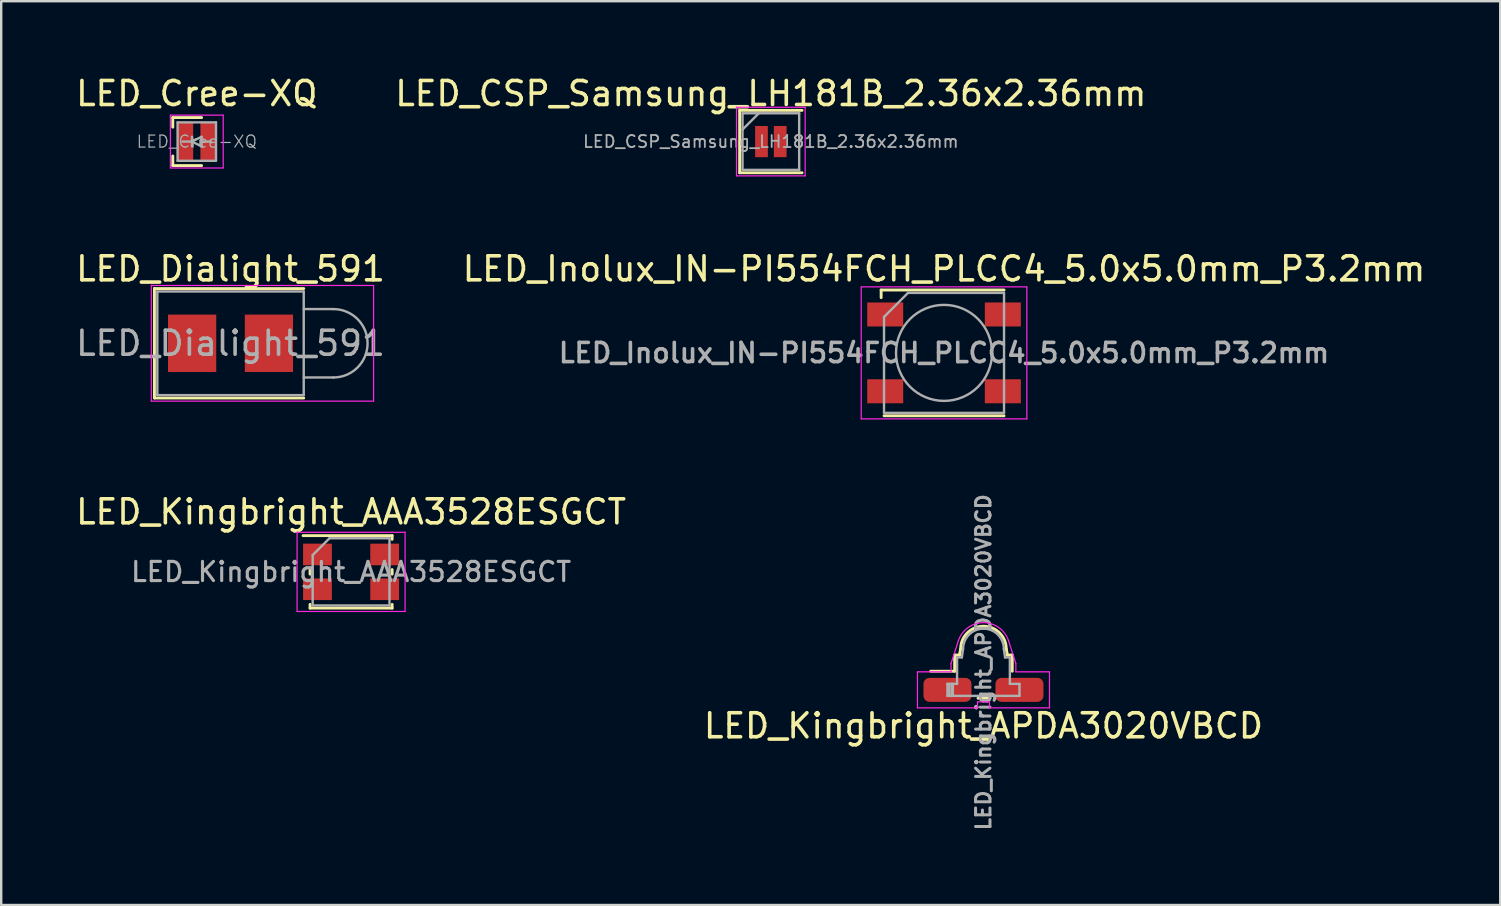
<source format=kicad_pcb>
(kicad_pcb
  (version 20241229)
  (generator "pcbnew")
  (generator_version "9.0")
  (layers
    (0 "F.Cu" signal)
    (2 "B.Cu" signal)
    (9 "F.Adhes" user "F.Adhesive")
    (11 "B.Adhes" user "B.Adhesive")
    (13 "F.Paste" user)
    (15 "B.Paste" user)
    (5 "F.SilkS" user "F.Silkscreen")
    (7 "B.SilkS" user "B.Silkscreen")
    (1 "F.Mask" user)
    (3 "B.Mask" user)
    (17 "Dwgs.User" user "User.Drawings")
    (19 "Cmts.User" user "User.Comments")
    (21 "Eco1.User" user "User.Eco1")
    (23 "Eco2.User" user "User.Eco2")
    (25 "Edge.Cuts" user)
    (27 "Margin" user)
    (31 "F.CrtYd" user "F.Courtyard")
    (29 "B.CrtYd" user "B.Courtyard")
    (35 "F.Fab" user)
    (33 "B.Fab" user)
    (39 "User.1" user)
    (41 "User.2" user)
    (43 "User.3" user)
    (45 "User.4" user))
  (footprint "LED_Kingbright_AAA3528ESGCT"
    (layer "F.Cu")
    (at 11.577 20.775)
    (property "Reference" "LED_Kingbright_AAA3528ESGCT" (at 0 -2.5 0) (layer "F.SilkS") (effects (font (size 1 1) (thickness 0.15))))
    (attr smd)
    (fp_line (start -2 -1.51) (end 1.71 -1.51) (stroke (width 0.12) (type solid)) (layer "F.SilkS"))
    (fp_line (start -1.71 -0.095) (end -1.71 0.095) (stroke (width 0.12) (type solid)) (layer "F.SilkS"))
    (fp_line (start -1.71 1.355) (end -1.71 1.51) (stroke (width 0.12) (type solid)) (layer "F.SilkS"))
    (fp_line (start -1.71 1.51) (end 1.71 1.51) (stroke (width 0.12) (type solid)) (layer "F.SilkS"))
    (fp_line (start 1.71 -1.355) (end 1.71 -1.51) (stroke (width 0.12) (type solid)) (layer "F.SilkS"))
    (fp_line (start 1.71 -0.095) (end 1.71 0.095) (stroke (width 0.12) (type solid)) (layer "F.SilkS"))
    (fp_line (start 1.71 1.355) (end 1.71 1.51) (stroke (width 0.12) (type solid)) (layer "F.SilkS"))
    (fp_line (start -2.25 -1.65) (end -2.25 1.65) (stroke (width 0.05) (type solid)) (layer "F.CrtYd"))
    (fp_line (start -2.25 -1.65) (end 2.25 -1.65) (stroke (width 0.05) (type solid)) (layer "F.CrtYd"))
    (fp_line (start -2.25 1.65) (end 2.25 1.65) (stroke (width 0.05) (type solid)) (layer "F.CrtYd"))
    (fp_line (start 2.25 -1.65) (end 2.25 1.65) (stroke (width 0.05) (type solid)) (layer "F.CrtYd"))
    (fp_line (start -1.6 1.4) (end -1.6 -0.7) (stroke (width 0.1) (type solid)) (layer "F.Fab"))
    (fp_line (start -0.9 -1.4) (end -1.6 -0.7) (stroke (width 0.1) (type solid)) (layer "F.Fab"))
    (fp_line (start -0.9 -1.4) (end 1.6 -1.4) (stroke (width 0.1) (type solid)) (layer "F.Fab"))
    (fp_line (start 1.6 -1.4) (end 1.6 1.4) (stroke (width 0.1) (type solid)) (layer "F.Fab"))
    (fp_line (start 1.6 1.4) (end -1.6 1.4) (stroke (width 0.1) (type solid)) (layer "F.Fab"))
    (fp_text user "${REFERENCE}" (at 0 0 0) (layer "F.Fab") (effects (font (size 0.8 0.8) (thickness 0.13))))
    (pad "1" smd rect (at -1.4 -0.725) (size 1.2 0.9) (layers "F.Cu" "F.Mask" "F.Paste"))
    (pad "2" smd rect (at 1.4 -0.725) (size 1.2 0.9) (layers "F.Cu" "F.Mask" "F.Paste"))
    (pad "3" smd rect (at 1.4 0.725) (size 1.2 0.9) (layers "F.Cu" "F.Mask" "F.Paste"))
    (pad "4" smd rect (at -1.4 0.725) (size 1.2 0.9) (layers "F.Cu" "F.Mask" "F.Paste")))
  (footprint "LED_CSP_Samsung_LH181B_2.36x2.36mm"
    (layer "F.Cu")
    (at 29.065 2.848)
    (property "Reference" "LED_CSP_Samsung_LH181B_2.36x2.36mm" (at 0 -2 0) (layer "F.SilkS") (effects (font (size 1 1) (thickness 0.15))))
    (attr smd)
    (fp_line (start -1.3 -1.3) (end 1.3 -1.3) (stroke (width 0.12) (type solid)) (layer "F.SilkS"))
    (fp_line (start -1.3 1.3) (end -1.3 -1.3) (stroke (width 0.12) (type solid)) (layer "F.SilkS"))
    (fp_line (start 1.3 1.3) (end -1.3 1.3) (stroke (width 0.12) (type solid)) (layer "F.SilkS"))
    (fp_line (start -1.43 -1.43) (end 1.43 -1.43) (stroke (width 0.05) (type solid)) (layer "F.CrtYd"))
    (fp_line (start -1.43 1.43) (end -1.43 -1.43) (stroke (width 0.05) (type solid)) (layer "F.CrtYd"))
    (fp_line (start 1.43 -1.43) (end 1.43 1.43) (stroke (width 0.05) (type solid)) (layer "F.CrtYd"))
    (fp_line (start 1.43 1.43) (end -1.43 1.43) (stroke (width 0.05) (type solid)) (layer "F.CrtYd"))
    (fp_line (start -1.18 -1.18) (end 1.18 -1.18) (stroke (width 0.1) (type solid)) (layer "F.Fab"))
    (fp_line (start -1.18 -0.5) (end -0.5 -1.18) (stroke (width 0.1) (type solid)) (layer "F.Fab"))
    (fp_line (start -1.18 1.18) (end -1.18 -1.18) (stroke (width 0.1) (type solid)) (layer "F.Fab"))
    (fp_line (start 1.18 -1.18) (end 1.18 1.18) (stroke (width 0.1) (type solid)) (layer "F.Fab"))
    (fp_line (start 1.18 1.18) (end -1.18 1.18) (stroke (width 0.1) (type solid)) (layer "F.Fab"))
    (fp_text user "${REFERENCE}" (at 0 0 0) (layer "F.Fab") (effects (font (size 0.5 0.5) (thickness 0.075))))
    (pad "1" smd rect (at -0.39 0 90) (size 1.3 0.53) (layers "F.Cu" "F.Mask" "F.Paste"))
    (pad "2" smd rect (at 0.39 0 90) (size 1.3 0.53) (layers "F.Cu" "F.Mask" "F.Paste")))
  (footprint "LED_Inolux_IN-PI554FCH_PLCC4_5.0x5.0mm_P3.2mm"
    (layer "F.Cu")
    (at 36.28 11.652)
    (property "Reference" "LED_Inolux_IN-PI554FCH_PLCC4_5.0x5.0mm_P3.2mm" (at 0 -3.5 0) (layer "F.SilkS") (effects (font (size 1 1) (thickness 0.15))))
    (attr smd)
    (fp_line (start -2.62 -2.62) (end 2.5 -2.62) (stroke (width 0.12) (type solid)) (layer "F.SilkS"))
    (fp_line (start -2.62 -2.3) (end -2.62 -2.62) (stroke (width 0.12) (type solid)) (layer "F.SilkS"))
    (fp_line (start -2.5 2.62) (end 2.5 2.62) (stroke (width 0.12) (type solid)) (layer "F.SilkS"))
    (fp_line (start -3.45 -2.75) (end -3.45 2.75) (stroke (width 0.05) (type solid)) (layer "F.CrtYd"))
    (fp_line (start -3.45 2.75) (end 3.45 2.75) (stroke (width 0.05) (type solid)) (layer "F.CrtYd"))
    (fp_line (start 3.45 -2.75) (end -3.45 -2.75) (stroke (width 0.05) (type solid)) (layer "F.CrtYd"))
    (fp_line (start 3.45 2.75) (end 3.45 -2.75) (stroke (width 0.05) (type solid)) (layer "F.CrtYd"))
    (fp_line (start -2.5 -1.5) (end -2.5 2.5) (stroke (width 0.1) (type solid)) (layer "F.Fab"))
    (fp_line (start -2.5 2.5) (end 2.5 2.5) (stroke (width 0.1) (type solid)) (layer "F.Fab"))
    (fp_line (start -1.5 -2.5) (end -2.5 -1.5) (stroke (width 0.1) (type solid)) (layer "F.Fab"))
    (fp_line (start 2.5 -2.5) (end -1.5 -2.5) (stroke (width 0.1) (type solid)) (layer "F.Fab"))
    (fp_line (start 2.5 2.5) (end 2.5 -2.5) (stroke (width 0.1) (type solid)) (layer "F.Fab"))
    (fp_circle (center 0 0) (end 0 -2) (stroke (width 0.1) (type solid)) (fill no) (layer "F.Fab"))
    (fp_text user "${REFERENCE}" (at 0 0 0) (layer "F.Fab") (effects (font (size 0.8 0.8) (thickness 0.15))))
    (pad "1" smd rect (at -2.45 -1.6) (size 1.5 1) (layers "F.Cu" "F.Mask" "F.Paste"))
    (pad "2" smd rect (at -2.45 1.6) (size 1.5 1) (layers "F.Cu" "F.Mask" "F.Paste"))
    (pad "3" smd rect (at 2.45 1.6) (size 1.5 1) (layers "F.Cu" "F.Mask" "F.Paste"))
    (pad "4" smd rect (at 2.45 -1.6) (size 1.5 1) (layers "F.Cu" "F.Mask" "F.Paste")))
  (footprint "LED_Kingbright_APDA3020VBCD"
    (layer "F.Cu")
    (at 37.923 25.69)
    (property "Reference" "LED_Kingbright_APDA3020VBCD" (at 0 1.5 0) (unlocked yes) (layer "F.SilkS") (effects (font (size 1 1) (thickness 0.15))))
    (attr smd)
    (fp_line (start -1.2 -0.775) (end -2.2 -0.775) (stroke (width 0.12) (type solid)) (layer "F.SilkS"))
    (fp_line (start -1.2 -0.775) (end -1.2 -1.45) (stroke (width 0.12) (type solid)) (layer "F.SilkS"))
    (fp_line (start -1 -1.45) (end -1.2 -1.45) (stroke (width 0.12) (type solid)) (layer "F.SilkS"))
    (fp_line (start -1 -1.45) (end -0.95 -1.7) (stroke (width 0.12) (type solid)) (layer "F.SilkS"))
    (fp_line (start -0.225 0.35) (end 0.225 0.35) (stroke (width 0.12) (type solid)) (layer "F.SilkS"))
    (fp_line (start 0.95 -1.7) (end 1 -1.45) (stroke (width 0.12) (type solid)) (layer "F.SilkS"))
    (fp_line (start 1.2 -1.45) (end 1 -1.45) (stroke (width 0.12) (type solid)) (layer "F.SilkS"))
    (fp_line (start 1.2 -0.775) (end 1.2 -1.45) (stroke (width 0.12) (type solid)) (layer "F.SilkS"))
    (fp_arc (start -0.95 -1.7) (mid 0 -2.65) (end 0.95 -1.7) (stroke (width 0.12) (type solid)) (layer "F.SilkS"))
    (fp_line (start -2.75 -0.75) (end -2.75 0.75) (stroke (width 0.05) (type solid)) (layer "F.CrtYd"))
    (fp_line (start -2.75 0.75) (end -0.25 0.75) (stroke (width 0.05) (type solid)) (layer "F.CrtYd"))
    (fp_line (start -1.35 -1.1) (end -1.05 -2.03) (stroke (width 0.05) (type solid)) (layer "F.CrtYd"))
    (fp_line (start -1.35 -0.75) (end -2.75 -0.75) (stroke (width 0.05) (type solid)) (layer "F.CrtYd"))
    (fp_line (start -1.35 -0.75) (end -1.35 -1.1) (stroke (width 0.05) (type solid)) (layer "F.CrtYd"))
    (fp_line (start -0.25 0.5) (end 0.25 0.5) (stroke (width 0.05) (type solid)) (layer "F.CrtYd"))
    (fp_line (start -0.25 0.75) (end -0.25 0.5) (stroke (width 0.05) (type solid)) (layer "F.CrtYd"))
    (fp_line (start 0.25 0.75) (end 0.25 0.5) (stroke (width 0.05) (type solid)) (layer "F.CrtYd"))
    (fp_line (start 1.35 -1.1) (end 1.05 -2.03) (stroke (width 0.05) (type solid)) (layer "F.CrtYd"))
    (fp_line (start 1.35 -0.75) (end 1.35 -1.1) (stroke (width 0.05) (type solid)) (layer "F.CrtYd"))
    (fp_line (start 1.35 -0.75) (end 2.75 -0.75) (stroke (width 0.05) (type solid)) (layer "F.CrtYd"))
    (fp_line (start 2.75 -0.75) (end 2.75 0.75) (stroke (width 0.05) (type solid)) (layer "F.CrtYd"))
    (fp_line (start 2.75 0.75) (end 0.25 0.75) (stroke (width 0.05) (type solid)) (layer "F.CrtYd"))
    (fp_arc (start -1.05 -2.03) (mid 0 -2.8) (end 1.05 -2.03) (stroke (width 0.05) (type solid)) (layer "F.CrtYd"))
    (fp_line (start -1.5 -0.25) (end -1.1 -0.25) (stroke (width 0.1) (type solid)) (layer "F.Fab"))
    (fp_line (start -1.5 0.25) (end -1.5 -0.25) (stroke (width 0.1) (type solid)) (layer "F.Fab"))
    (fp_line (start -1.425 -0.25) (end -1.425 0.25) (stroke (width 0.1) (type solid)) (layer "F.Fab"))
    (fp_line (start -1.325 -0.25) (end -1.325 0.25) (stroke (width 0.1) (type solid)) (layer "F.Fab"))
    (fp_line (start -1.275 -0.25) (end -1.275 0.25) (stroke (width 0.1) (type solid)) (layer "F.Fab"))
    (fp_line (start -1.1 -1.35) (end -0.9 -1.35) (stroke (width 0.1) (type solid)) (layer "F.Fab"))
    (fp_line (start -1.1 -0.25) (end -1.1 -1.35) (stroke (width 0.1) (type solid)) (layer "F.Fab"))
    (fp_line (start -0.9 -1.35) (end -0.85 -1.7) (stroke (width 0.1) (type solid)) (layer "F.Fab"))
    (fp_line (start 0.9 -1.35) (end 0.85 -1.7) (stroke (width 0.1) (type solid)) (layer "F.Fab"))
    (fp_line (start 0.9 -1.35) (end 1.1 -1.35) (stroke (width 0.1) (type solid)) (layer "F.Fab"))
    (fp_line (start 1.1 -1.35) (end 1.1 -0.25) (stroke (width 0.1) (type solid)) (layer "F.Fab"))
    (fp_line (start 1.1 -0.25) (end 1.5 -0.25) (stroke (width 0.1) (type solid)) (layer "F.Fab"))
    (fp_line (start 1.5 -0.25) (end 1.5 0.25) (stroke (width 0.1) (type solid)) (layer "F.Fab"))
    (fp_line (start 1.5 0.25) (end -1.5 0.25) (stroke (width 0.1) (type solid)) (layer "F.Fab"))
    (fp_arc (start -0.85 -1.7) (mid 0 -2.55) (end 0.85 -1.7) (stroke (width 0.1) (type solid)) (layer "F.Fab"))
    (fp_text user "${REFERENCE}" (at 0 -1.15 90) (unlocked yes) (layer "F.Fab") (effects (font (size 0.6 0.6) (thickness 0.125))))
    (pad "1" smd roundrect (at -1.5 0) (size 2 1) (layers "F.Cu" "F.Mask" "F.Paste") (roundrect_rratio 0.25))
    (pad "2" smd roundrect (at 1.5 0) (size 2 1) (layers "F.Cu" "F.Mask" "F.Paste") (roundrect_rratio 0.25)))
  (footprint "LED_Dialight_591"
    (layer "F.Cu")
    (at 6.554 11.252)
    (property "Reference" "LED_Dialight_591" (at 0 -3.1 0) (layer "F.SilkS") (effects (font (size 1 1) (thickness 0.15))))
    (attr smd)
    (fp_line (start -3.17 -2.28) (end -3.17 2.28) (stroke (width 0.12) (type solid)) (layer "F.SilkS"))
    (fp_line (start -3.17 -2.28) (end 3.05 -2.28) (stroke (width 0.12) (type solid)) (layer "F.SilkS"))
    (fp_line (start -3.17 2.28) (end 3.05 2.28) (stroke (width 0.12) (type solid)) (layer "F.SilkS"))
    (fp_line (start -3.3 -2.41) (end 5.96 -2.41) (stroke (width 0.05) (type solid)) (layer "F.CrtYd"))
    (fp_line (start -3.3 2.41) (end -3.3 -2.41) (stroke (width 0.05) (type solid)) (layer "F.CrtYd"))
    (fp_line (start -3.3 2.41) (end 5.96 2.41) (stroke (width 0.05) (type solid)) (layer "F.CrtYd"))
    (fp_line (start 5.96 -2.41) (end 5.96 2.41) (stroke (width 0.05) (type solid)) (layer "F.CrtYd"))
    (fp_line (start -3.05 -2.16) (end -3.05 2.16) (stroke (width 0.1) (type solid)) (layer "F.Fab"))
    (fp_line (start -3.05 -2.16) (end 3.05 -2.16) (stroke (width 0.1) (type solid)) (layer "F.Fab"))
    (fp_line (start -3.05 2.16) (end 3.05 2.16) (stroke (width 0.1) (type solid)) (layer "F.Fab"))
    (fp_line (start 3.05 -2.16) (end 3.05 2.16) (stroke (width 0.1) (type solid)) (layer "F.Fab"))
    (fp_line (start 3.05 -1.425) (end 4.285 -1.425) (stroke (width 0.1) (type solid)) (layer "F.Fab"))
    (fp_line (start 3.05 1.425) (end 4.285 1.425) (stroke (width 0.1) (type solid)) (layer "F.Fab"))
    (fp_arc (start 4.285 -1.425) (mid 5.71 0) (end 4.285 1.425) (stroke (width 0.1) (type solid)) (layer "F.Fab"))
    (fp_text user "${REFERENCE}" (at 0 0 0) (layer "F.Fab") (effects (font (size 1 1) (thickness 0.15))))
    (pad "1" smd rect (at -1.6 0) (size 2.01 2.39) (layers "F.Cu" "F.Mask" "F.Paste"))
    (pad "2" smd rect (at 1.6 0) (size 2.01 2.39) (layers "F.Cu" "F.Mask" "F.Paste")))
  (footprint "LED_Cree-XQ"
    (layer "F.Cu")
    (at 5.149 2.848)
    (property "Reference" "LED_Cree-XQ" (at 0 -2 0) (layer "F.SilkS") (effects (font (size 1 1) (thickness 0.15))))
    (attr smd)
    (fp_line (start -1 -1) (end -1 -0.6) (stroke (width 0.12) (type solid)) (layer "F.SilkS"))
    (fp_line (start -1 1) (end -1 0.6) (stroke (width 0.12) (type solid)) (layer "F.SilkS"))
    (fp_line (start 0.2 -1) (end -1 -1) (stroke (width 0.12) (type solid)) (layer "F.SilkS"))
    (fp_line (start 0.2 1) (end -1 1) (stroke (width 0.12) (type solid)) (layer "F.SilkS"))
    (fp_line (start -1.1 -1.1) (end 1.1 -1.1) (stroke (width 0.05) (type solid)) (layer "F.CrtYd"))
    (fp_line (start -1.1 1.1) (end -1.1 -1.1) (stroke (width 0.05) (type solid)) (layer "F.CrtYd"))
    (fp_line (start 1.1 -1.1) (end 1.1 1.1) (stroke (width 0.05) (type solid)) (layer "F.CrtYd"))
    (fp_line (start 1.1 1.1) (end -1.1 1.1) (stroke (width 0.05) (type solid)) (layer "F.CrtYd"))
    (fp_line (start -0.8 -0.8) (end 0.8 -0.8) (stroke (width 0.1) (type solid)) (layer "F.Fab"))
    (fp_line (start -0.8 0.8) (end -0.8 -0.8) (stroke (width 0.1) (type solid)) (layer "F.Fab"))
    (fp_line (start -0.6 0) (end -0.2 0) (stroke (width 0.1) (type solid)) (layer "F.Fab"))
    (fp_line (start -0.2 -0.2) (end -0.2 0.2) (stroke (width 0.1) (type solid)) (layer "F.Fab"))
    (fp_line (start -0.2 0) (end 0.2 -0.2) (stroke (width 0.1) (type solid)) (layer "F.Fab"))
    (fp_line (start 0.2 -0.2) (end 0.2 0.2) (stroke (width 0.1) (type solid)) (layer "F.Fab"))
    (fp_line (start 0.2 0.2) (end -0.2 0) (stroke (width 0.1) (type solid)) (layer "F.Fab"))
    (fp_line (start 0.6 0) (end 0.2 0) (stroke (width 0.1) (type solid)) (layer "F.Fab"))
    (fp_line (start 0.8 -0.8) (end 0.8 0.8) (stroke (width 0.1) (type solid)) (layer "F.Fab"))
    (fp_line (start 0.8 0.8) (end -0.8 0.8) (stroke (width 0.1) (type solid)) (layer "F.Fab"))
    (fp_text user "${REFERENCE}" (at 0 0 0) (layer "F.Fab") (effects (font (size 0.5 0.5) (thickness 0.05))))
    (pad "1" smd rect (at -0.475 0) (size 0.65 1.6) (layers "F.Cu" "F.Mask" "F.Paste"))
    (pad "2" smd rect (at 0.475 0) (size 0.65 1.6) (layers "F.Cu" "F.Mask" "F.Paste")))
  (gr_rect
    (start -3 -3)
    (end 59.452 34.653)
    (stroke (width 0.1) (type default))
    (fill no)
    (layer "Edge.Cuts")))
</source>
